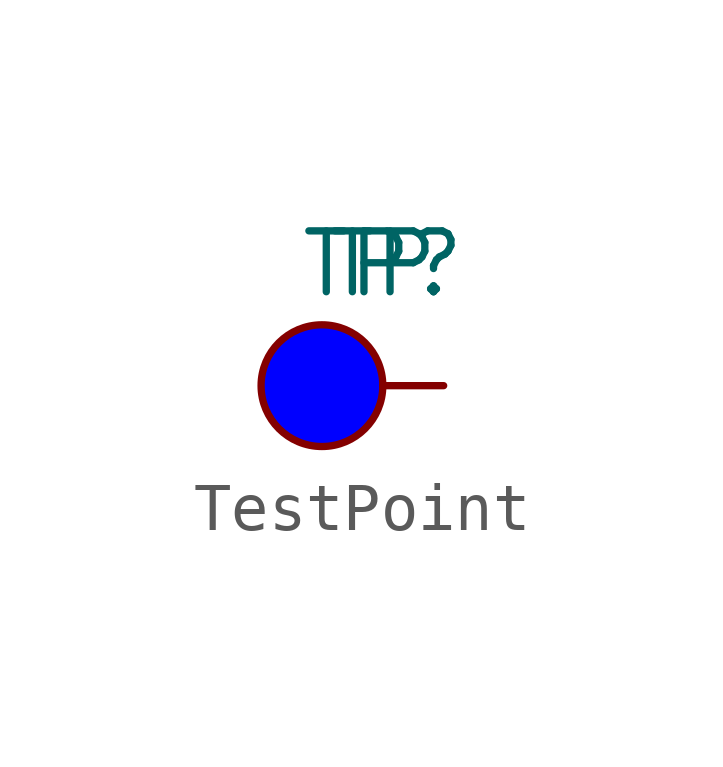
<source format=kicad_sym>
(kicad_symbol_lib
  (version 20241209)
  (generator "kicad_symbol_editor")
  (generator_version "9.0")
  (symbol "TestPoint"
    (pin_numbers
      (hide yes))
    (pin_names
      (offset 0)
      (hide yes))
    (property "Reference" "TP"
      (at 0 0 0)
      (effects (font (size 1.27 1.27))))
    (property "Value" "TP"
      (at 0 0 0)
      (effects (font (size 1.27 1.27))))
    (symbol "TestPoint_1_1"
      (circle (center -1.27 -2.54) (radius 1.27) (stroke (width 0) (type solid)) (fill (type color) (color 0 0 255 1)))
      (pin passive line (at 1.27 -2.54 180) (length 1.27) (name "TP" (effects (font (size 1.27 1.27)))) (number "TP" (effects (font (size 1.27 1.27))))))))
</source>
